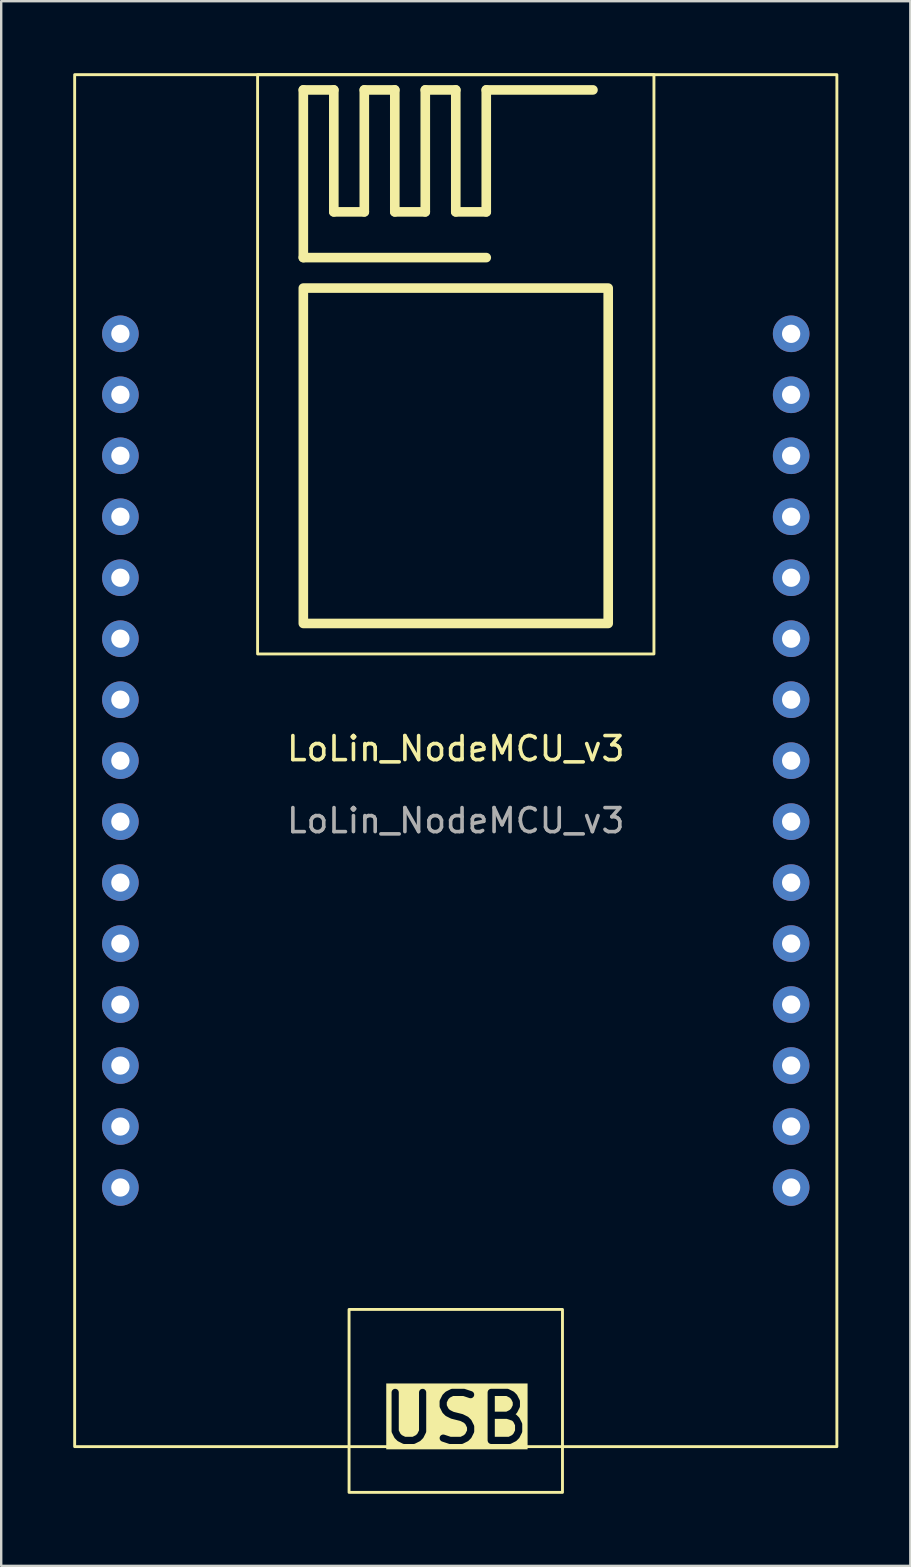
<source format=kicad_pcb>
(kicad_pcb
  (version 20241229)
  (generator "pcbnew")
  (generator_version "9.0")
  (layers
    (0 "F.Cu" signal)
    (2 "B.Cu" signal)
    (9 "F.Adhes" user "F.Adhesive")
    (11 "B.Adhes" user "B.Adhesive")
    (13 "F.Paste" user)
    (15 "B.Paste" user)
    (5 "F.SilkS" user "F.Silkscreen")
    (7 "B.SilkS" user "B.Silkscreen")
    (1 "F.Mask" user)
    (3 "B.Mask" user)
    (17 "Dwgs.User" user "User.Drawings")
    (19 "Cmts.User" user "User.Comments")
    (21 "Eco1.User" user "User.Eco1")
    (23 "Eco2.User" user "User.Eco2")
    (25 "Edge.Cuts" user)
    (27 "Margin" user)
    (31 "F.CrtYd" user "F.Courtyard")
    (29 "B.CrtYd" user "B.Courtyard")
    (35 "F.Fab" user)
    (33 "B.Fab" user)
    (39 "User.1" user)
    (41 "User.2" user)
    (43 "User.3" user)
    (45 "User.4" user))
  (footprint "LoLin_NodeMCU_v3"
    (layer "F.Cu")
    (at 15.935 28.635)
    (property "Reference" "LoLin_NodeMCU_v3" (at 0 -0.5 0) (unlocked yes) (layer "F.SilkS") (effects (font (size 1 1) (thickness 0.15))))
    (attr through_hole)
    (fp_line (start -6.35 -27.94) (end -5.08 -27.94) (stroke (width 0.4) (type solid)) (layer "F.SilkS"))
    (fp_line (start -6.35 -20.955) (end -6.35 -27.94) (stroke (width 0.4) (type solid)) (layer "F.SilkS"))
    (fp_line (start -5.08 -27.94) (end -5.08 -22.86) (stroke (width 0.4) (type solid)) (layer "F.SilkS"))
    (fp_line (start -5.08 -22.86) (end -3.81 -22.86) (stroke (width 0.4) (type solid)) (layer "F.SilkS"))
    (fp_line (start -3.81 -27.94) (end -2.54 -27.94) (stroke (width 0.4) (type solid)) (layer "F.SilkS"))
    (fp_line (start -3.81 -22.86) (end -3.81 -27.94) (stroke (width 0.4) (type solid)) (layer "F.SilkS"))
    (fp_line (start -2.54 -27.94) (end -2.54 -22.86) (stroke (width 0.4) (type solid)) (layer "F.SilkS"))
    (fp_line (start -2.54 -22.86) (end -1.27 -22.86) (stroke (width 0.4) (type solid)) (layer "F.SilkS"))
    (fp_line (start -1.27 -27.94) (end 0 -27.94) (stroke (width 0.4) (type solid)) (layer "F.SilkS"))
    (fp_line (start -1.27 -22.86) (end -1.27 -27.94) (stroke (width 0.4) (type solid)) (layer "F.SilkS"))
    (fp_line (start 0 -27.94) (end 0 -22.86) (stroke (width 0.4) (type solid)) (layer "F.SilkS"))
    (fp_line (start 0 -22.86) (end 1.27 -22.86) (stroke (width 0.4) (type solid)) (layer "F.SilkS"))
    (fp_line (start 1.27 -27.94) (end 5.715 -27.94) (stroke (width 0.4) (type solid)) (layer "F.SilkS"))
    (fp_line (start 1.27 -22.86) (end 1.27 -27.94) (stroke (width 0.4) (type solid)) (layer "F.SilkS"))
    (fp_line (start 1.27 -20.955) (end -6.35 -20.955) (stroke (width 0.4) (type solid)) (layer "F.SilkS"))
    (fp_rect (start -15.875 -28.575) (end 15.875 28.575) (stroke (width 0.12) (type default)) (fill no) (layer "F.SilkS"))
    (fp_rect (start -8.255 -28.575) (end 8.255 -4.445) (stroke (width 0.12) (type solid)) (fill no) (layer "F.SilkS"))
    (fp_rect (start -6.35 -19.685) (end 6.35 -5.715) (stroke (width 0.4) (type solid)) (fill no) (layer "F.SilkS"))
    (fp_rect (start -4.445 22.86) (end 4.445 30.48) (stroke (width 0.12) (type solid)) (fill no) (layer "F.SilkS"))
    (fp_text user "USB" (at 0 28.575 0) (unlocked yes) (layer "F.SilkS" knockout) (effects (font (size 2 2) (thickness 0.3)) (justify bottom)))
    (fp_text user "${REFERENCE}" (at 0 2.5 0) (unlocked yes) (layer "F.Fab") (effects (font (size 1 1) (thickness 0.15))))
    (pad "1" thru_hole circle (at -13.97 17.78) (size 1.524 1.524) (drill 0.762) (layers "*.Cu" "*.Mask"))
    (pad "2" thru_hole circle (at -13.97 15.24) (size 1.524 1.524) (drill 0.762) (layers "*.Cu" "*.Mask"))
    (pad "3" thru_hole circle (at -13.97 12.7) (size 1.524 1.524) (drill 0.762) (layers "*.Cu" "*.Mask"))
    (pad "4" thru_hole circle (at -13.97 10.16) (size 1.524 1.524) (drill 0.762) (layers "*.Cu" "*.Mask"))
    (pad "5" thru_hole circle (at -13.97 7.62) (size 1.524 1.524) (drill 0.762) (layers "*.Cu" "*.Mask"))
    (pad "6" thru_hole circle (at -13.97 5.08) (size 1.524 1.524) (drill 0.762) (layers "*.Cu" "*.Mask"))
    (pad "7" thru_hole circle (at -13.97 2.54) (size 1.524 1.524) (drill 0.762) (layers "*.Cu" "*.Mask"))
    (pad "8" thru_hole circle (at -13.97 0) (size 1.524 1.524) (drill 0.762) (layers "*.Cu" "*.Mask"))
    (pad "9" thru_hole circle (at -13.97 -2.54) (size 1.524 1.524) (drill 0.762) (layers "*.Cu" "*.Mask"))
    (pad "10" thru_hole circle (at -13.97 -5.08) (size 1.524 1.524) (drill 0.762) (layers "*.Cu" "*.Mask"))
    (pad "13" thru_hole circle (at -13.97 -12.7) (size 1.524 1.524) (drill 0.762) (layers "*.Cu" "*.Mask"))
    (pad "14" thru_hole circle (at -13.97 -15.24) (size 1.524 1.524) (drill 0.762) (layers "*.Cu" "*.Mask"))
    (pad "21" thru_hole circle (at 13.97 -5.08) (size 1.524 1.524) (drill 0.762) (layers "*.Cu" "*.Mask"))
    (pad "22" thru_hole circle (at 13.97 -2.54) (size 1.524 1.524) (drill 0.762) (layers "*.Cu" "*.Mask"))
    (pad "27" thru_hole circle (at 13.97 10.16) (size 1.524 1.524) (drill 0.762) (layers "*.Cu" "*.Mask"))
    (pad "28" thru_hole circle (at 13.97 12.7) (size 1.524 1.524) (drill 0.762) (layers "*.Cu" "*.Mask"))
    (pad "29" thru_hole circle (at 13.97 15.24) (size 1.524 1.524) (drill 0.762) (layers "*.Cu" "*.Mask"))
    (pad "30" thru_hole circle (at 13.97 17.78) (size 1.524 1.524) (drill 0.762) (layers "*.Cu" "*.Mask"))
    (pad "A0" thru_hole circle (at -13.97 -17.78) (size 1.524 1.524) (drill 0.762) (layers "*.Cu" "*.Mask"))
    (pad "D0" thru_hole circle (at 13.97 -17.78) (size 1.524 1.524) (drill 0.762) (layers "*.Cu" "*.Mask"))
    (pad "D1" thru_hole circle (at 13.97 -15.24) (size 1.524 1.524) (drill 0.762) (layers "*.Cu" "*.Mask"))
    (pad "D2" thru_hole circle (at 13.97 -12.7) (size 1.524 1.524) (drill 0.762) (layers "*.Cu" "*.Mask"))
    (pad "D3" thru_hole circle (at 13.97 -10.16) (size 1.524 1.524) (drill 0.762) (layers "*.Cu" "*.Mask"))
    (pad "D4" thru_hole circle (at 13.97 -7.62) (size 1.524 1.524) (drill 0.762) (layers "*.Cu" "*.Mask"))
    (pad "D5" thru_hole circle (at 13.97 0) (size 1.524 1.524) (drill 0.762) (layers "*.Cu" "*.Mask"))
    (pad "D6" thru_hole circle (at 13.97 2.54) (size 1.524 1.524) (drill 0.762) (layers "*.Cu" "*.Mask"))
    (pad "D7" thru_hole circle (at 13.97 5.08) (size 1.524 1.524) (drill 0.762) (layers "*.Cu" "*.Mask"))
    (pad "D8" thru_hole circle (at 13.97 7.62) (size 1.524 1.524) (drill 0.762) (layers "*.Cu" "*.Mask"))
    (pad "S2" thru_hole circle (at -13.97 -7.62) (size 1.524 1.524) (drill 0.762) (layers "*.Cu" "*.Mask"))
    (pad "S3" thru_hole circle (at -13.97 -10.16) (size 1.524 1.524) (drill 0.762) (layers "*.Cu" "*.Mask")))
  (gr_rect
    (start -3 -3)
    (end 34.87 62.175)
    (stroke (width 0.1) (type default))
    (fill no)
    (layer "Edge.Cuts")))
</source>
